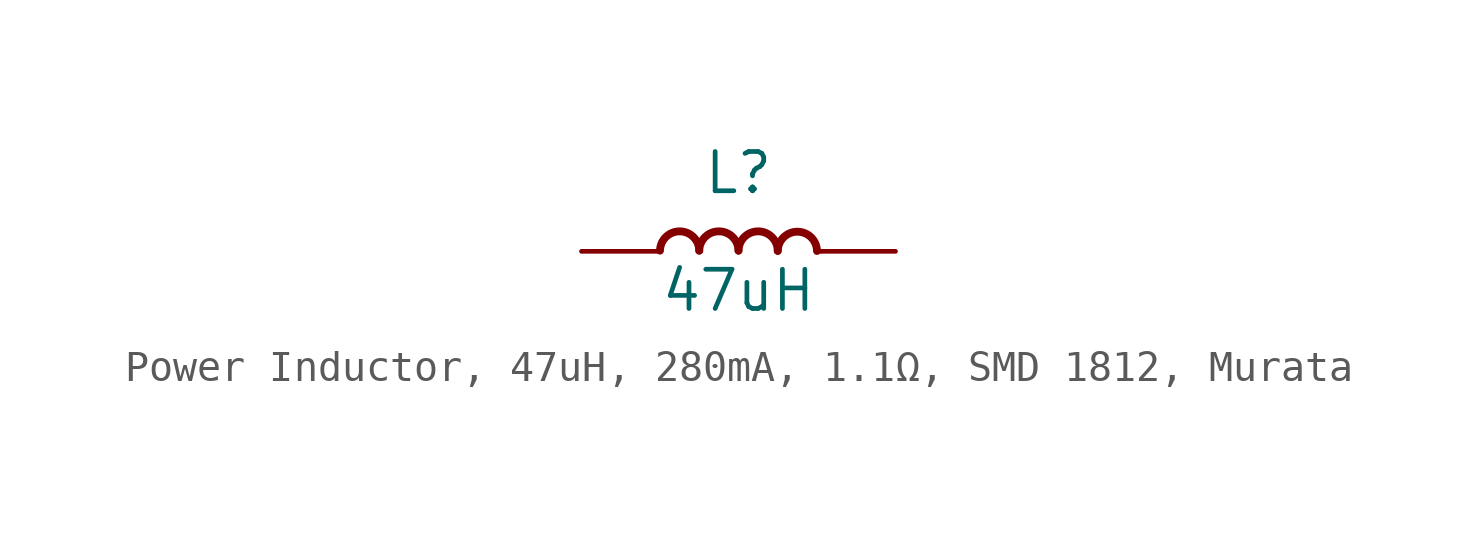
<source format=kicad_sym>
(kicad_symbol_lib
  (version 20231120)
  (generator "kicad_symbol_editor")
  (generator_version "8.0")
  (symbol "Power Inductor, 47uH, 280mA, 1.1Ω, SMD 1812, Murata"
    (pin_numbers hide)
    (pin_names
      (offset 0) hide)
    (property "Reference" "L"
      (at 0 2.54 0)
      (effects (font (size 1.27 1.27))))
    (property "Value" "47uH"
      (at 0 -1.27 0)
      (effects (font (size 1.27 1.27))))
    (symbol "Power Inductor, 47uH, 280mA, 1.1Ω, SMD 1812, Murata_1_1"
      (arc (start -1.27 0.0226) (mid -1.905 0.6464) (end -2.54 0.0226) (stroke (width 0.254) (type default)) (fill (type none)))
      (arc (start 0 0.0226) (mid -0.635 0.6464) (end -1.27 0.0226) (stroke (width 0.254) (type default)) (fill (type none)))
      (arc (start 1.27 0.0226) (mid 0.635 0.6464) (end 0 0.0226) (stroke (width 0.254) (type default)) (fill (type none)))
      (arc (start 2.54 0.0113) (mid 1.905 0.6351) (end 1.27 0.0113) (stroke (width 0.254) (type default)) (fill (type none)))
      (pin passive line (at -5.08 0 0) (length 2.54) (name "1" (effects (font (size 1.27 1.27)))) (number "1" (effects (font (size 1.27 1.27)))))
      (pin passive line (at 5.08 0 180) (length 2.54) (name "2" (effects (font (size 1.27 1.27)))) (number "2" (effects (font (size 1.27 1.27))))))))
</source>
